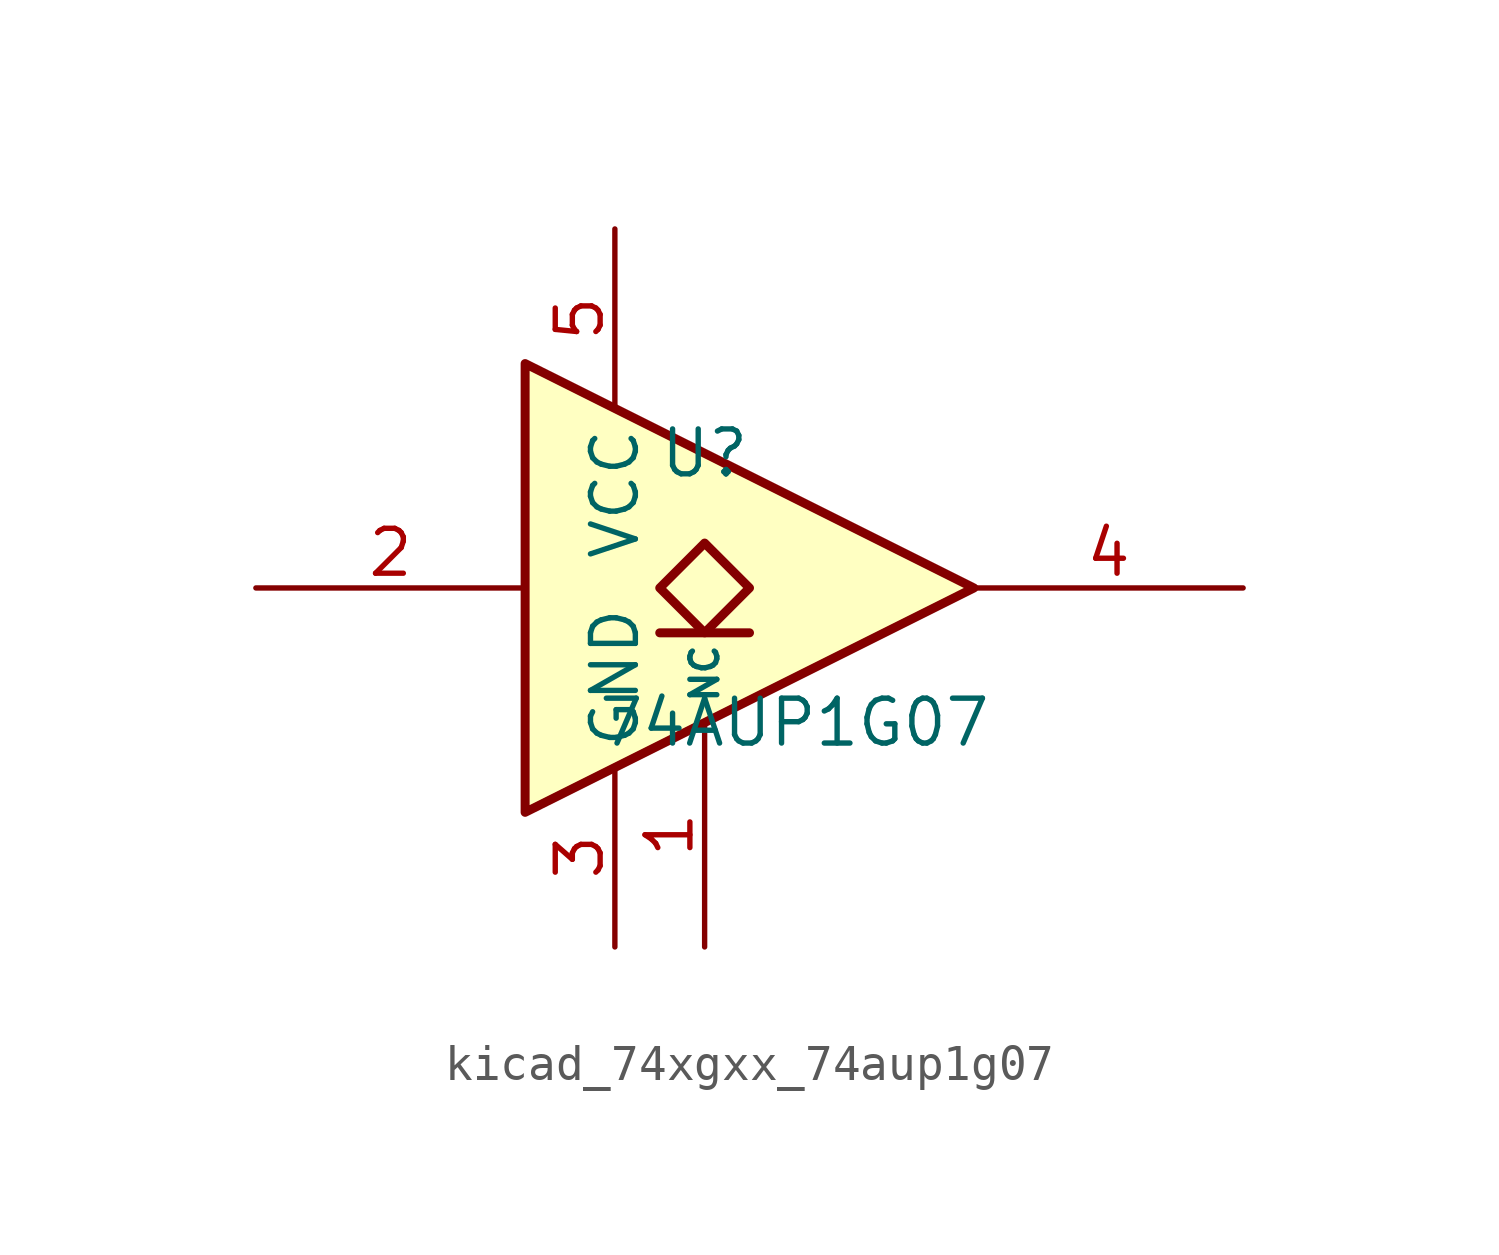
<source format=kicad_sym>
(kicad_symbol_lib
  (version 20220914)
  (generator kicad_symbol_editor)
  (symbol "kicad_74xgxx_74aup1g07"
    (property "Reference" "U"
      (at -2.54 3.81 0)
      (effects (font (size 1.27 1.27))))
    (property "Value" "74AUP1G07"
      (at 0 -3.81 0)
      (effects (font (size 1.27 1.27))))
    (symbol "kicad_74xgxx_74aup1g07_0_1"
      (polyline (pts (xy -3.81 -1.27) (xy -1.27 -1.27)) (stroke (width 0.254) (type default)) (fill (type background)))
      (polyline (pts (xy -7.62 6.35) (xy -7.62 -6.35) (xy 5.08 0) (xy -7.62 6.35)) (stroke (width 0.254) (type default)) (fill (type background)))
      (polyline (pts (xy -2.54 1.27) (xy -3.81 0) (xy -2.54 -1.27) (xy -1.27 0) (xy -2.54 1.27)) (stroke (width 0.254) (type default)) (fill (type background))))
    (symbol "kicad_74xgxx_74aup1g07_1_1"
      (pin free line (at -2.54 -10.16 90) (length 6.35) (name "NC" (effects (font (size 0.762 0.762)))) (number "1" (effects (font (size 1.27 1.27)))))
      (pin input line (at -15.24 0 0) (length 7.62) (name "~" (effects (font (size 1.27 1.27)))) (number "2" (effects (font (size 1.27 1.27)))))
      (pin power_in line (at -5.08 -10.16 90) (length 5.08) (name "GND" (effects (font (size 1.27 1.27)))) (number "3" (effects (font (size 1.27 1.27)))))
      (pin open_collector line (at 12.7 0 180) (length 7.62) (name "~" (effects (font (size 1.27 1.27)))) (number "4" (effects (font (size 1.27 1.27)))))
      (pin power_in line (at -5.08 10.16 270) (length 5.08) (name "VCC" (effects (font (size 1.27 1.27)))) (number "5" (effects (font (size 1.27 1.27))))))))
</source>
